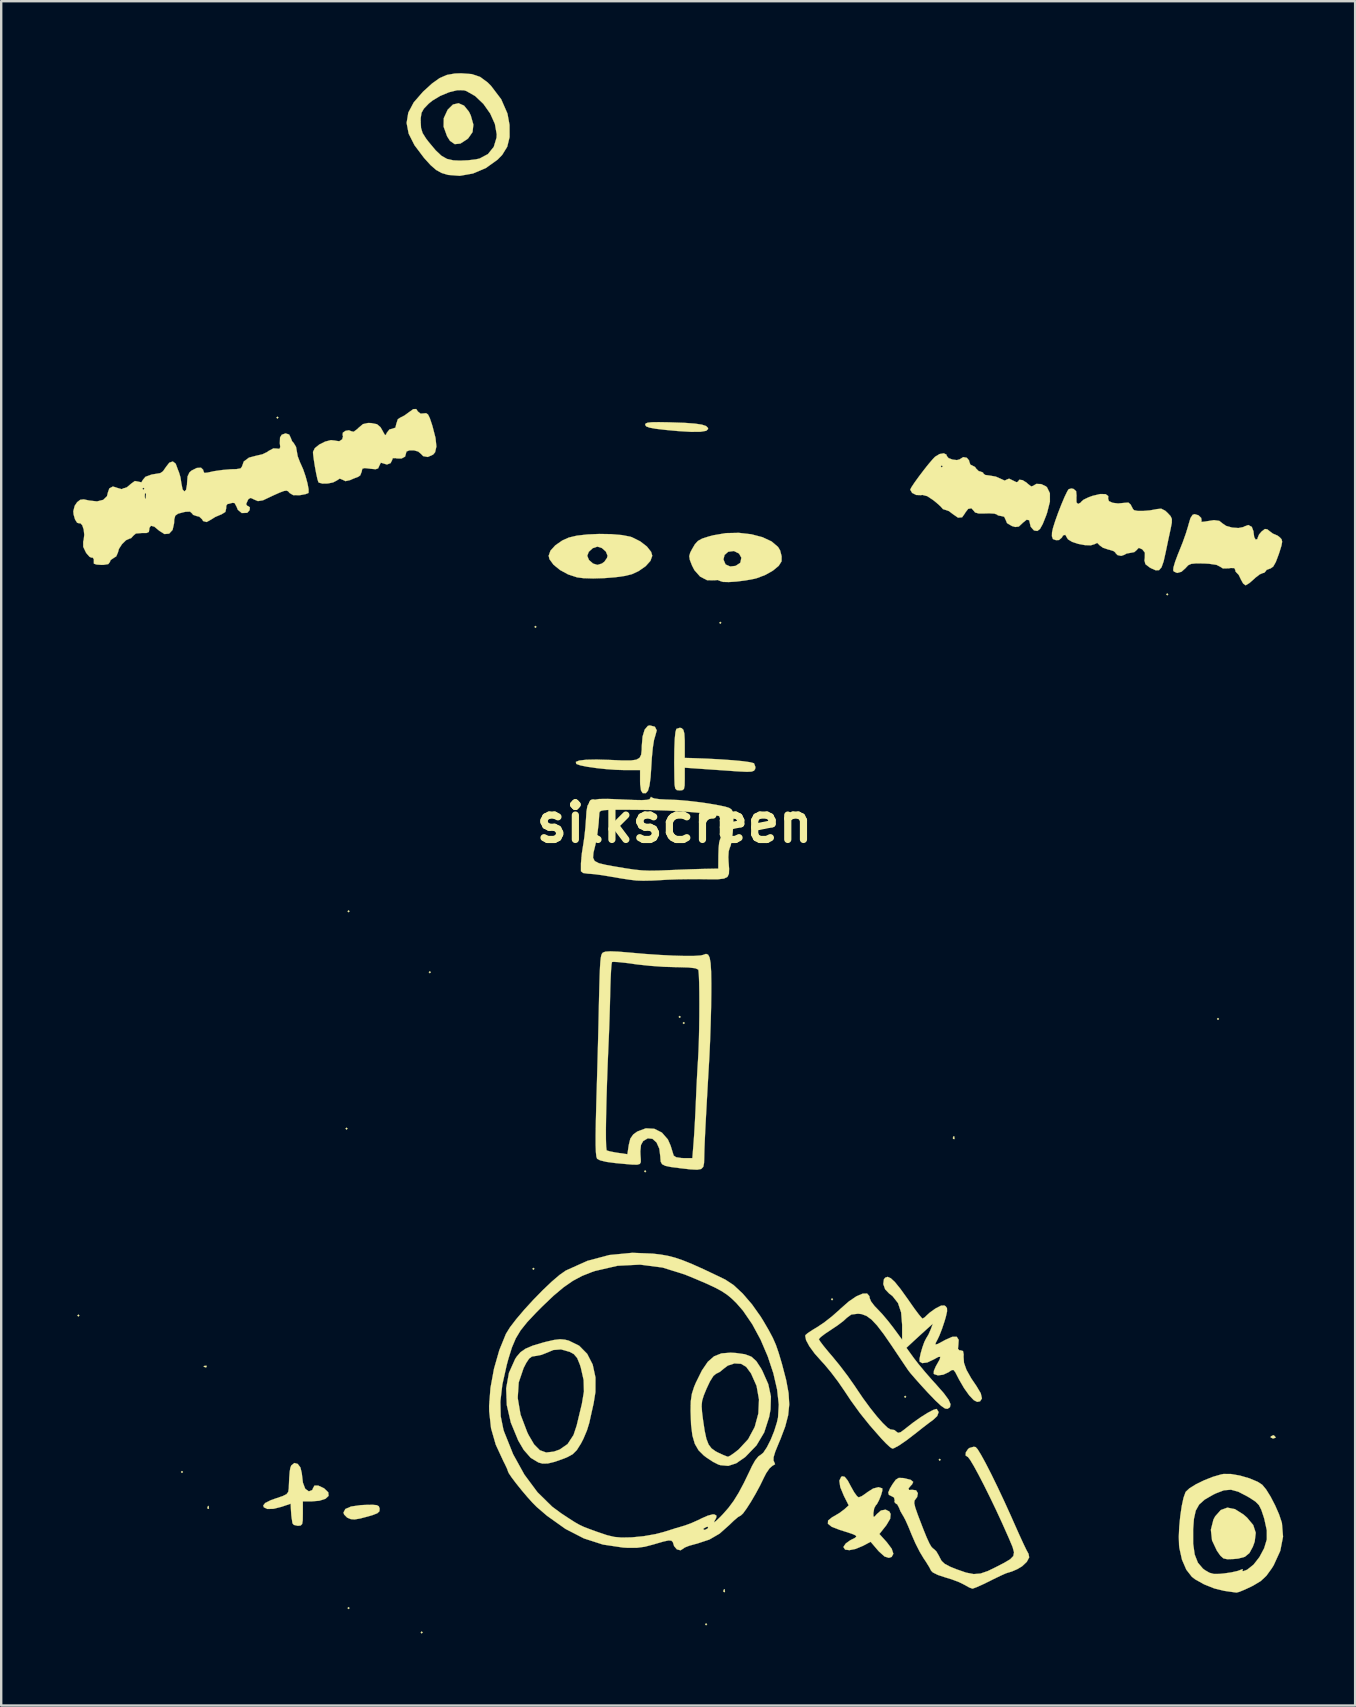
<source format=kicad_pcb>
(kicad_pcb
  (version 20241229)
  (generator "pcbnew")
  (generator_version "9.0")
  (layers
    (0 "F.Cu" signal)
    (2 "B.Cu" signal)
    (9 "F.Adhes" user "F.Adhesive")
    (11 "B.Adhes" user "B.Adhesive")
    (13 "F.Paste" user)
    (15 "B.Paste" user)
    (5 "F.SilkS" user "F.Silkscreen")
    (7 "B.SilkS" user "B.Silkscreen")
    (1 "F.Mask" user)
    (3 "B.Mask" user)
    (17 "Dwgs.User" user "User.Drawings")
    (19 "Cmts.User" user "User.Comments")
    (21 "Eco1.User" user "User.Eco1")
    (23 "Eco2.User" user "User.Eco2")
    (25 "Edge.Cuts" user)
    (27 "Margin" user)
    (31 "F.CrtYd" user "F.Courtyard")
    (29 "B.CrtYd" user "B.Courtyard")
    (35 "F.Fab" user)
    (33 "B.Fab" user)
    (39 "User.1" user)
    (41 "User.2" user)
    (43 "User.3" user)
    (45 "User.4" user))
  (footprint "silkscreen"
    (layer "F.Cu")
    (at 48.276 60.947)
    (property "Reference" "silkscreen" (at -23.21 -29.7 0) (layer "F.SilkS") (effects (font (size 1.524 1.524) (thickness 0.3))))
    (attr through_hole)
    (fp_poly (pts (xy -48.017 -9.168) (xy -48.06 -9.126) (xy -48.102 -9.168) (xy -48.06 -9.211) (xy -48.017 -9.168)) (stroke (width 0.01) (type solid)) (fill yes) (layer "F.SilkS"))
    (fp_poly (pts (xy -43.699 -2.649) (xy -43.742 -2.607) (xy -43.784 -2.649) (xy -43.742 -2.691) (xy -43.699 -2.649)) (stroke (width 0.01) (type solid)) (fill yes) (layer "F.SilkS"))
    (fp_poly (pts (xy -39.72 -46.591) (xy -39.762 -46.549) (xy -39.805 -46.591) (xy -39.762 -46.633) (xy -39.72 -46.591)) (stroke (width 0.01) (type solid)) (fill yes) (layer "F.SilkS"))
    (fp_poly (pts (xy -36.841 -16.958) (xy -36.884 -16.915) (xy -36.926 -16.958) (xy -36.884 -17) (xy -36.841 -16.958)) (stroke (width 0.01) (type solid)) (fill yes) (layer "F.SilkS"))
    (fp_poly (pts (xy -36.757 -26.017) (xy -36.799 -25.975) (xy -36.841 -26.017) (xy -36.799 -26.059) (xy -36.757 -26.017)) (stroke (width 0.01) (type solid)) (fill yes) (layer "F.SilkS"))
    (fp_poly (pts (xy -36.757 3.024) (xy -36.799 3.066) (xy -36.841 3.024) (xy -36.799 2.981) (xy -36.757 3.024)) (stroke (width 0.01) (type solid)) (fill yes) (layer "F.SilkS"))
    (fp_poly (pts (xy -33.709 4.04) (xy -33.751 4.082) (xy -33.793 4.04) (xy -33.751 3.997) (xy -33.709 4.04)) (stroke (width 0.01) (type solid)) (fill yes) (layer "F.SilkS"))
    (fp_poly (pts (xy -33.37 -23.477) (xy -33.412 -23.435) (xy -33.455 -23.477) (xy -33.412 -23.519) (xy -33.37 -23.477)) (stroke (width 0.01) (type solid)) (fill yes) (layer "F.SilkS"))
    (fp_poly (pts (xy -29.052 -11.116) (xy -29.094 -11.073) (xy -29.137 -11.116) (xy -29.094 -11.158) (xy -29.052 -11.116)) (stroke (width 0.01) (type solid)) (fill yes) (layer "F.SilkS"))
    (fp_poly (pts (xy -28.967 -37.87) (xy -29.01 -37.828) (xy -29.052 -37.87) (xy -29.01 -37.913) (xy -28.967 -37.87)) (stroke (width 0.01) (type solid)) (fill yes) (layer "F.SilkS"))
    (fp_poly (pts (xy -24.395 -15.18) (xy -24.438 -15.137) (xy -24.48 -15.18) (xy -24.438 -15.222) (xy -24.395 -15.18)) (stroke (width 0.01) (type solid)) (fill yes) (layer "F.SilkS"))
    (fp_poly (pts (xy -22.956 -21.614) (xy -22.998 -21.572) (xy -23.041 -21.614) (xy -22.998 -21.657) (xy -22.956 -21.614)) (stroke (width 0.01) (type solid)) (fill yes) (layer "F.SilkS"))
    (fp_poly (pts (xy -22.787 -21.36) (xy -22.829 -21.318) (xy -22.871 -21.36) (xy -22.829 -21.403) (xy -22.787 -21.36)) (stroke (width 0.01) (type solid)) (fill yes) (layer "F.SilkS"))
    (fp_poly (pts (xy -21.855 3.701) (xy -21.898 3.743) (xy -21.94 3.701) (xy -21.898 3.659) (xy -21.855 3.701)) (stroke (width 0.01) (type solid)) (fill yes) (layer "F.SilkS"))
    (fp_poly (pts (xy -21.263 -38.04) (xy -21.305 -37.997) (xy -21.347 -38.04) (xy -21.305 -38.082) (xy -21.263 -38.04)) (stroke (width 0.01) (type solid)) (fill yes) (layer "F.SilkS"))
    (fp_poly (pts (xy -16.606 -9.846) (xy -16.648 -9.803) (xy -16.691 -9.846) (xy -16.648 -9.888) (xy -16.606 -9.846)) (stroke (width 0.01) (type solid)) (fill yes) (layer "F.SilkS"))
    (fp_poly (pts (xy -13.558 -5.782) (xy -13.6 -5.739) (xy -13.643 -5.782) (xy -13.6 -5.824) (xy -13.558 -5.782)) (stroke (width 0.01) (type solid)) (fill yes) (layer "F.SilkS"))
    (fp_poly (pts (xy -12.119 -3.157) (xy -12.161 -3.115) (xy -12.203 -3.157) (xy -12.161 -3.199) (xy -12.119 -3.157)) (stroke (width 0.01) (type solid)) (fill yes) (layer "F.SilkS"))
    (fp_poly (pts (xy -2.636 -39.225) (xy -2.678 -39.183) (xy -2.721 -39.225) (xy -2.678 -39.267) (xy -2.636 -39.225)) (stroke (width 0.01) (type solid)) (fill yes) (layer "F.SilkS"))
    (fp_poly (pts (xy -0.519 -21.53) (xy -0.562 -21.487) (xy -0.604 -21.53) (xy -0.562 -21.572) (xy -0.519 -21.53)) (stroke (width 0.01) (type solid)) (fill yes) (layer "F.SilkS"))
    (fp_poly (pts (xy -42.712 -7.066) (xy -42.723 -7.015) (xy -42.768 -7.009) (xy -42.838 -7.04) (xy -42.824 -7.066) (xy -42.724 -7.076) (xy -42.712 -7.066)) (stroke (width 0.01) (type solid)) (fill yes) (layer "F.SilkS"))
    (fp_poly (pts (xy -42.627 -1.224) (xy -42.617 -1.123) (xy -42.627 -1.111) (xy -42.677 -1.123) (xy -42.683 -1.167) (xy -42.652 -1.237) (xy -42.627 -1.224)) (stroke (width 0.01) (type solid)) (fill yes) (layer "F.SilkS"))
    (fp_poly (pts (xy -21.122 2.248) (xy -21.111 2.348) (xy -21.122 2.36) (xy -21.172 2.349) (xy -21.178 2.304) (xy -21.147 2.234) (xy -21.122 2.248)) (stroke (width 0.01) (type solid)) (fill yes) (layer "F.SilkS"))
    (fp_poly (pts (xy -11.554 -16.633) (xy -11.544 -16.533) (xy -11.554 -16.52) (xy -11.605 -16.532) (xy -11.611 -16.577) (xy -11.58 -16.646) (xy -11.554 -16.633)) (stroke (width 0.01) (type solid)) (fill yes) (layer "F.SilkS"))
    (fp_poly (pts (xy 1.773 -4.169) (xy 1.848 -4.088) (xy 1.762 -4.048) (xy 1.719 -4.046) (xy 1.632 -4.088) (xy 1.641 -4.132) (xy 1.742 -4.181) (xy 1.773 -4.169)) (stroke (width 0.01) (type solid)) (fill yes) (layer "F.SilkS"))
    (fp_poly (pts (xy -31.985 -59.594) (xy -31.782 -59.343) (xy -31.706 -59.188) (xy -31.597 -58.803) (xy -31.631 -58.493) (xy -31.81 -58.235) (xy -31.852 -58.198) (xy -32.137 -58.014) (xy -32.372 -57.989) (xy -32.57 -58.125) (xy -32.691 -58.314) (xy -32.837 -58.715) (xy -32.831 -59.071) (xy -32.672 -59.416) (xy -32.665 -59.427) (xy -32.447 -59.641) (xy -32.214 -59.695) (xy -31.985 -59.594)) (stroke (width 0.01) (type solid)) (fill yes) (layer "F.SilkS"))
    (fp_poly (pts (xy -35.621 -1.265) (xy -35.537 -1.218) (xy -35.505 -1.128) (xy -35.504 -1.116) (xy -35.513 -1.009) (xy -35.6 -0.928) (xy -35.8 -0.85) (xy -35.975 -0.799) (xy -36.316 -0.709) (xy -36.543 -0.671) (xy -36.703 -0.682) (xy -36.841 -0.739) (xy -36.862 -0.751) (xy -36.985 -0.876) (xy -37.011 -0.957) (xy -36.932 -1.106) (xy -36.695 -1.209) (xy -36.297 -1.266) (xy -36.101 -1.276) (xy -35.796 -1.281) (xy -35.621 -1.265)) (stroke (width 0.01) (type solid)) (fill yes) (layer "F.SilkS"))
    (fp_poly (pts (xy 0.144 -1.1) (xy 0.503 -0.873) (xy 0.645 -0.749) (xy 0.906 -0.436) (xy 1.011 -0.114) (xy 0.967 0.253) (xy 0.891 0.465) (xy 0.747 0.731) (xy 0.558 0.886) (xy 0.277 0.962) (xy 0.08 0.98) (xy -0.179 0.988) (xy -0.338 0.952) (xy -0.464 0.838) (xy -0.607 0.635) (xy -0.811 0.204) (xy -0.86 -0.24) (xy -0.753 -0.664) (xy -0.682 -0.798) (xy -0.447 -1.062) (xy -0.172 -1.163) (xy 0.144 -1.1)) (stroke (width 0.01) (type solid)) (fill yes) (layer "F.SilkS"))
    (fp_poly (pts (xy -23.443 -46.396) (xy -23.359 -46.393) (xy -22.785 -46.373) (xy -22.362 -46.342) (xy -22.073 -46.299) (xy -21.898 -46.241) (xy -21.821 -46.163) (xy -21.813 -46.119) (xy -21.891 -46.042) (xy -22.126 -46.002) (xy -22.521 -45.998) (xy -23.077 -46.032) (xy -23.591 -46.08) (xy -23.995 -46.127) (xy -24.254 -46.174) (xy -24.393 -46.226) (xy -24.437 -46.29) (xy -24.438 -46.295) (xy -24.415 -46.347) (xy -24.33 -46.381) (xy -24.156 -46.399) (xy -23.869 -46.403) (xy -23.443 -46.396)) (stroke (width 0.01) (type solid)) (fill yes) (layer "F.SilkS"))
    (fp_poly (pts (xy -22.919 -33.651) (xy -22.846 -33.582) (xy -22.804 -33.425) (xy -22.788 -33.144) (xy -22.787 -33.005) (xy -22.787 -32.409) (xy -22.512 -32.402) (xy -21.879 -32.379) (xy -21.296 -32.348) (xy -20.785 -32.312) (xy -20.369 -32.273) (xy -20.07 -32.231) (xy -19.913 -32.19) (xy -19.899 -32.181) (xy -19.841 -32.026) (xy -19.855 -31.942) (xy -19.903 -31.874) (xy -20.005 -31.838) (xy -20.196 -31.829) (xy -20.512 -31.844) (xy -20.628 -31.851) (xy -21.09 -31.884) (xy -21.609 -31.919) (xy -22.067 -31.951) (xy -22.787 -32.001) (xy -22.787 -31.528) (xy -22.792 -31.259) (xy -22.82 -31.117) (xy -22.889 -31.063) (xy -22.998 -31.055) (xy -23.118 -31.067) (xy -23.182 -31.129) (xy -23.21 -31.284) (xy -23.219 -31.541) (xy -23.227 -32.213) (xy -23.221 -32.77) (xy -23.204 -33.199) (xy -23.175 -33.486) (xy -23.136 -33.618) (xy -23.134 -33.619) (xy -22.993 -33.665) (xy -22.919 -33.651)) (stroke (width 0.01) (type solid)) (fill yes) (layer "F.SilkS"))
    (fp_poly (pts (xy -24.032 -33.709) (xy -23.954 -33.558) (xy -24.012 -33.345) (xy -24.068 -33.157) (xy -24.118 -32.835) (xy -24.159 -32.414) (xy -24.177 -32.112) (xy -24.21 -31.609) (xy -24.256 -31.259) (xy -24.32 -31.042) (xy -24.408 -30.941) (xy -24.526 -30.939) (xy -24.544 -30.945) (xy -24.612 -31.055) (xy -24.646 -31.31) (xy -24.649 -31.443) (xy -24.649 -31.901) (xy -25.281 -31.901) (xy -25.659 -31.913) (xy -26.073 -31.943) (xy -26.483 -31.987) (xy -26.849 -32.04) (xy -27.133 -32.097) (xy -27.295 -32.153) (xy -27.309 -32.163) (xy -27.326 -32.243) (xy -27.183 -32.3) (xy -26.892 -32.333) (xy -26.46 -32.342) (xy -25.897 -32.325) (xy -25.877 -32.324) (xy -25.384 -32.302) (xy -25.036 -32.302) (xy -24.806 -32.335) (xy -24.67 -32.412) (xy -24.604 -32.543) (xy -24.581 -32.742) (xy -24.578 -32.904) (xy -24.545 -33.3) (xy -24.458 -33.588) (xy -24.326 -33.743) (xy -24.245 -33.764) (xy -24.032 -33.709)) (stroke (width 0.01) (type solid)) (fill yes) (layer "F.SilkS"))
    (fp_poly (pts (xy -25.855 -41.735) (xy -25.406 -41.697) (xy -25.059 -41.63) (xy -24.989 -41.607) (xy -24.644 -41.435) (xy -24.366 -41.221) (xy -24.188 -40.996) (xy -24.141 -40.834) (xy -24.217 -40.621) (xy -24.42 -40.397) (xy -24.716 -40.192) (xy -24.989 -40.066) (xy -25.279 -39.994) (xy -25.682 -39.938) (xy -26.142 -39.902) (xy -26.603 -39.888) (xy -27.009 -39.9) (xy -27.274 -39.934) (xy -27.647 -40.056) (xy -27.987 -40.241) (xy -28.258 -40.462) (xy -28.425 -40.691) (xy -28.459 -40.834) (xy -26.851 -40.834) (xy -26.779 -40.658) (xy -26.612 -40.511) (xy -26.427 -40.453) (xy -26.241 -40.51) (xy -26.137 -40.586) (xy -26.029 -40.742) (xy -26.004 -40.834) (xy -26.075 -41.009) (xy -26.243 -41.157) (xy -26.427 -41.215) (xy -26.622 -41.15) (xy -26.786 -41) (xy -26.851 -40.834) (xy -28.459 -40.834) (xy -28.384 -41.046) (xy -28.182 -41.269) (xy -27.891 -41.471) (xy -27.619 -41.593) (xy -27.286 -41.672) (xy -26.846 -41.722) (xy -26.352 -41.743) (xy -25.855 -41.735)) (stroke (width 0.01) (type solid)) (fill yes) (layer "F.SilkS"))
    (fp_poly (pts (xy -20.013 -41.73) (xy -19.547 -41.608) (xy -19.165 -41.429) (xy -18.898 -41.201) (xy -18.813 -41.059) (xy -18.75 -40.816) (xy -18.752 -40.603) (xy -18.752 -40.602) (xy -18.871 -40.414) (xy -19.111 -40.216) (xy -19.428 -40.036) (xy -19.778 -39.902) (xy -19.893 -39.872) (xy -20.262 -39.805) (xy -20.628 -39.759) (xy -20.951 -39.738) (xy -21.191 -39.744) (xy -21.307 -39.779) (xy -21.309 -39.782) (xy -21.418 -39.824) (xy -21.557 -39.811) (xy -21.858 -39.816) (xy -22.147 -39.966) (xy -22.386 -40.236) (xy -22.482 -40.422) (xy -22.575 -40.662) (xy -22.578 -40.681) (xy -21.175 -40.681) (xy -21.092 -40.486) (xy -21.073 -40.466) (xy -20.89 -40.387) (xy -20.668 -40.413) (xy -20.488 -40.53) (xy -20.467 -40.559) (xy -20.428 -40.753) (xy -20.525 -40.926) (xy -20.727 -41.027) (xy -20.747 -41.031) (xy -20.975 -41.001) (xy -21.127 -40.868) (xy -21.175 -40.681) (xy -22.578 -40.681) (xy -22.6 -40.818) (xy -22.56 -40.962) (xy -22.489 -41.1) (xy -22.365 -41.312) (xy -22.238 -41.452) (xy -22.062 -41.55) (xy -21.791 -41.637) (xy -21.597 -41.688) (xy -21.07 -41.778) (xy -20.531 -41.789) (xy -20.013 -41.73)) (stroke (width 0.01) (type solid)) (fill yes) (layer "F.SilkS"))
    (fp_poly (pts (xy -38.919 -2.985) (xy -38.805 -2.836) (xy -38.749 -2.603) (xy -38.748 -2.593) (xy -38.701 -2.203) (xy -38.605 -1.949) (xy -38.464 -1.846) (xy -38.441 -1.845) (xy -38.309 -1.9) (xy -38.281 -1.972) (xy -38.22 -2.08) (xy -38.061 -2.081) (xy -37.833 -1.975) (xy -37.812 -1.962) (xy -37.644 -1.8) (xy -37.631 -1.652) (xy -37.761 -1.531) (xy -38.018 -1.449) (xy -38.371 -1.421) (xy -38.704 -1.421) (xy -38.704 -0.913) (xy -38.708 -0.632) (xy -38.733 -0.48) (xy -38.794 -0.418) (xy -38.908 -0.405) (xy -38.916 -0.405) (xy -39.079 -0.442) (xy -39.137 -0.511) (xy -39.161 -0.678) (xy -39.167 -0.702) (xy -39.184 -0.841) (xy -39.199 -1.056) (xy -39.199 -1.056) (xy -39.212 -1.326) (xy -39.589 -1.198) (xy -39.925 -1.113) (xy -40.181 -1.106) (xy -40.33 -1.176) (xy -40.355 -1.252) (xy -40.274 -1.355) (xy -40.039 -1.473) (xy -39.827 -1.548) (xy -39.543 -1.644) (xy -39.384 -1.724) (xy -39.313 -1.819) (xy -39.291 -1.963) (xy -39.289 -2.014) (xy -39.272 -2.405) (xy -39.252 -2.662) (xy -39.225 -2.821) (xy -39.187 -2.918) (xy -39.183 -2.924) (xy -39.057 -3.023) (xy -38.919 -2.985)) (stroke (width 0.01) (type solid)) (fill yes) (layer "F.SilkS"))
    (fp_poly (pts (xy -31.662 -60.909) (xy -31.316 -60.792) (xy -31.006 -60.564) (xy -30.862 -60.42) (xy -30.437 -59.86) (xy -30.177 -59.266) (xy -30.09 -58.792) (xy -30.088 -58.284) (xy -30.186 -57.881) (xy -30.397 -57.539) (xy -30.592 -57.34) (xy -31.076 -56.994) (xy -31.613 -56.766) (xy -32.163 -56.669) (xy -32.65 -56.707) (xy -32.92 -56.787) (xy -33.148 -56.913) (xy -33.381 -57.116) (xy -33.654 -57.418) (xy -34.052 -57.947) (xy -34.294 -58.427) (xy -34.38 -58.874) (xy -34.37 -58.931) (xy -33.793 -58.931) (xy -33.778 -58.664) (xy -33.713 -58.452) (xy -33.571 -58.225) (xy -33.462 -58.083) (xy -33.171 -57.735) (xy -32.929 -57.506) (xy -32.696 -57.374) (xy -32.431 -57.314) (xy -32.152 -57.302) (xy -31.815 -57.317) (xy -31.498 -57.355) (xy -31.338 -57.39) (xy -30.99 -57.575) (xy -30.747 -57.876) (xy -30.631 -58.26) (xy -30.624 -58.401) (xy -30.7 -58.831) (xy -30.896 -59.267) (xy -31.18 -59.668) (xy -31.523 -59.994) (xy -31.892 -60.204) (xy -31.993 -60.235) (xy -32.266 -60.238) (xy -32.613 -60.152) (xy -32.98 -59.999) (xy -33.313 -59.798) (xy -33.462 -59.675) (xy -33.659 -59.47) (xy -33.757 -59.297) (xy -33.791 -59.079) (xy -33.793 -58.931) (xy -34.37 -58.931) (xy -34.309 -59.303) (xy -34.083 -59.729) (xy -33.7 -60.168) (xy -33.69 -60.179) (xy -33.318 -60.518) (xy -33.002 -60.743) (xy -32.701 -60.874) (xy -32.368 -60.933) (xy -32.104 -60.942) (xy -31.662 -60.909)) (stroke (width 0.01) (type solid)) (fill yes) (layer "F.SilkS"))
    (fp_poly (pts (xy -16.12 -2.447) (xy -15.997 -2.296) (xy -15.867 -2.054) (xy -15.731 -1.81) (xy -15.608 -1.641) (xy -15.537 -1.591) (xy -15.409 -1.641) (xy -15.225 -1.767) (xy -15.182 -1.802) (xy -14.937 -1.958) (xy -14.71 -2.016) (xy -14.553 -1.965) (xy -14.553 -1.865) (xy -14.607 -1.679) (xy -14.691 -1.471) (xy -14.78 -1.306) (xy -14.829 -1.252) (xy -14.891 -1.137) (xy -14.925 -0.938) (xy -14.922 -0.789) (xy -14.876 -0.787) (xy -14.781 -0.894) (xy -14.609 -1.043) (xy -14.417 -1.079) (xy -14.261 -1.002) (xy -14.207 -0.899) (xy -14.226 -0.698) (xy -14.381 -0.436) (xy -14.417 -0.389) (xy -14.675 -0.063) (xy -14.366 0.279) (xy -14.161 0.552) (xy -14.093 0.76) (xy -14.163 0.892) (xy -14.279 0.931) (xy -14.459 0.875) (xy -14.692 0.667) (xy -14.743 0.609) (xy -15.04 0.262) (xy -15.375 0.437) (xy -15.671 0.56) (xy -15.925 0.61) (xy -16.102 0.588) (xy -16.169 0.491) (xy -16.167 0.463) (xy -16.077 0.332) (xy -15.89 0.198) (xy -15.843 0.174) (xy -15.698 0.101) (xy -15.635 0.046) (xy -15.669 -0.007) (xy -15.82 -0.072) (xy -16.105 -0.165) (xy -16.332 -0.236) (xy -16.661 -0.363) (xy -16.821 -0.492) (xy -16.814 -0.625) (xy -16.641 -0.764) (xy -16.59 -0.791) (xy -16.346 -0.935) (xy -16.139 -1.089) (xy -16.132 -1.095) (xy -15.954 -1.257) (xy -16.153 -1.65) (xy -16.305 -2.016) (xy -16.344 -2.285) (xy -16.268 -2.444) (xy -16.223 -2.469) (xy -16.12 -2.447)) (stroke (width 0.01) (type solid)) (fill yes) (layer "F.SilkS"))
    (fp_poly (pts (xy -20.656 -7.608) (xy -20.279 -7.555) (xy -20.012 -7.454) (xy -19.807 -7.271) (xy -19.611 -6.972) (xy -19.55 -6.859) (xy -19.306 -6.308) (xy -19.196 -5.793) (xy -19.212 -5.256) (xy -19.268 -4.944) (xy -19.476 -4.297) (xy -19.798 -3.756) (xy -20.255 -3.282) (xy -20.28 -3.261) (xy -20.645 -3.009) (xy -20.974 -2.903) (xy -21.302 -2.932) (xy -21.39 -2.96) (xy -21.606 -3.069) (xy -21.869 -3.241) (xy -21.998 -3.339) (xy -22.214 -3.555) (xy -22.368 -3.822) (xy -22.468 -4.167) (xy -22.524 -4.621) (xy -22.544 -5.195) (xy -22.54 -5.41) (xy -22.084 -5.41) (xy -22.067 -5.151) (xy -22.029 -4.845) (xy -21.958 -4.369) (xy -21.885 -4.03) (xy -21.794 -3.795) (xy -21.672 -3.633) (xy -21.503 -3.511) (xy -21.405 -3.459) (xy -21.179 -3.355) (xy -21.018 -3.292) (xy -20.981 -3.284) (xy -20.881 -3.334) (xy -20.699 -3.462) (xy -20.538 -3.589) (xy -20.146 -4.012) (xy -19.872 -4.523) (xy -19.72 -5.085) (xy -19.693 -5.668) (xy -19.794 -6.236) (xy -20.025 -6.756) (xy -20.227 -7.03) (xy -20.44 -7.157) (xy -20.716 -7.173) (xy -20.992 -7.082) (xy -21.137 -6.974) (xy -21.319 -6.824) (xy -21.479 -6.742) (xy -21.485 -6.741) (xy -21.595 -6.648) (xy -21.736 -6.424) (xy -21.875 -6.13) (xy -21.996 -5.836) (xy -22.063 -5.617) (xy -22.084 -5.41) (xy -22.54 -5.41) (xy -22.536 -5.595) (xy -22.491 -5.904) (xy -22.397 -6.198) (xy -22.322 -6.374) (xy -22.071 -6.881) (xy -21.827 -7.24) (xy -21.564 -7.47) (xy -21.257 -7.591) (xy -20.881 -7.621) (xy -20.656 -7.608)) (stroke (width 0.01) (type solid)) (fill yes) (layer "F.SilkS"))
    (fp_poly (pts (xy -27.782 -8.163) (xy -27.619 -8.122) (xy -27.187 -7.91) (xy -26.854 -7.573) (xy -26.625 -7.127) (xy -26.508 -6.589) (xy -26.51 -5.977) (xy -26.585 -5.51) (xy -26.664 -5.158) (xy -26.747 -4.784) (xy -26.766 -4.696) (xy -26.862 -4.384) (xy -27.011 -4.031) (xy -27.111 -3.837) (xy -27.285 -3.561) (xy -27.459 -3.388) (xy -27.695 -3.26) (xy -27.806 -3.215) (xy -28.204 -3.073) (xy -28.493 -3.003) (xy -28.714 -2.998) (xy -28.883 -3.043) (xy -29.208 -3.239) (xy -29.5 -3.571) (xy -29.728 -3.961) (xy -30.036 -4.707) (xy -30.204 -5.437) (xy -30.215 -5.734) (xy -29.749 -5.734) (xy -29.631 -5.04) (xy -29.351 -4.303) (xy -29.296 -4.19) (xy -29.064 -3.795) (xy -28.828 -3.556) (xy -28.563 -3.46) (xy -28.244 -3.497) (xy -28.001 -3.583) (xy -27.67 -3.812) (xy -27.424 -4.187) (xy -27.292 -4.583) (xy -27.226 -4.859) (xy -27.141 -5.212) (xy -27.075 -5.485) (xy -26.989 -6.002) (xy -27.002 -6.482) (xy -27.119 -7) (xy -27.158 -7.123) (xy -27.271 -7.398) (xy -27.41 -7.561) (xy -27.577 -7.653) (xy -27.946 -7.758) (xy -28.27 -7.731) (xy -28.502 -7.631) (xy -28.761 -7.529) (xy -29.007 -7.483) (xy -29.155 -7.46) (xy -29.272 -7.376) (xy -29.391 -7.198) (xy -29.504 -6.979) (xy -29.707 -6.381) (xy -29.749 -5.734) (xy -30.215 -5.734) (xy -30.23 -6.134) (xy -30.114 -6.78) (xy -29.857 -7.355) (xy -29.792 -7.455) (xy -29.634 -7.639) (xy -29.423 -7.786) (xy -29.124 -7.914) (xy -28.701 -8.04) (xy -28.575 -8.073) (xy -28.231 -8.152) (xy -27.987 -8.181) (xy -27.782 -8.163)) (stroke (width 0.01) (type solid)) (fill yes) (layer "F.SilkS"))
    (fp_poly (pts (xy -1.377 -42.521) (xy -1.263 -42.412) (xy -1.246 -42.297) (xy -1.261 -42.275) (xy -1.236 -42.245) (xy -1.09 -42.261) (xy -1.07 -42.266) (xy -0.73 -42.319) (xy -0.507 -42.288) (xy -0.379 -42.185) (xy -0.221 -42.078) (xy 0.027 -42.009) (xy 0.289 -41.99) (xy 0.493 -42.03) (xy 0.527 -42.052) (xy 0.701 -42.116) (xy 0.846 -42.039) (xy 0.918 -41.848) (xy 0.92 -41.803) (xy 0.947 -41.611) (xy 1.005 -41.511) (xy 1.079 -41.528) (xy 1.089 -41.578) (xy 1.148 -41.72) (xy 1.259 -41.85) (xy 1.394 -41.951) (xy 1.496 -41.934) (xy 1.583 -41.863) (xy 1.729 -41.755) (xy 1.809 -41.723) (xy 1.923 -41.672) (xy 2.02 -41.596) (xy 2.09 -41.517) (xy 2.111 -41.418) (xy 2.082 -41.255) (xy 1.999 -40.987) (xy 1.969 -40.897) (xy 1.847 -40.573) (xy 1.74 -40.385) (xy 1.629 -40.305) (xy 1.603 -40.299) (xy 1.462 -40.245) (xy 1.428 -40.193) (xy 1.36 -40.122) (xy 1.308 -40.114) (xy 1.176 -40.058) (xy 0.994 -39.918) (xy 0.933 -39.86) (xy 0.753 -39.702) (xy 0.611 -39.613) (xy 0.58 -39.606) (xy 0.486 -39.677) (xy 0.39 -39.849) (xy 0.386 -39.86) (xy 0.302 -40.035) (xy 0.227 -40.114) (xy 0.224 -40.114) (xy 0.165 -40.183) (xy 0.158 -40.239) (xy 0.116 -40.32) (xy -0.035 -40.324) (xy -0.109 -40.31) (xy -0.357 -40.305) (xy -0.469 -40.376) (xy -0.625 -40.455) (xy -0.943 -40.502) (xy -1.158 -40.513) (xy -1.477 -40.517) (xy -1.675 -40.497) (xy -1.8 -40.442) (xy -1.897 -40.34) (xy -1.911 -40.322) (xy -2.084 -40.168) (xy -2.265 -40.117) (xy -2.403 -40.178) (xy -2.43 -40.226) (xy -2.418 -40.351) (xy -2.349 -40.586) (xy -2.236 -40.889) (xy -2.187 -41.009) (xy -2.036 -41.386) (xy -1.9 -41.769) (xy -1.804 -42.083) (xy -1.794 -42.125) (xy -1.711 -42.403) (xy -1.621 -42.541) (xy -1.537 -42.569) (xy -1.377 -42.521)) (stroke (width 0.01) (type solid)) (fill yes) (layer "F.SilkS"))
    (fp_poly (pts (xy -0.023 -2.564) (xy 0.357 -2.497) (xy 0.749 -2.383) (xy 1.089 -2.24) (xy 1.28 -2.117) (xy 1.442 -1.922) (xy 1.631 -1.618) (xy 1.819 -1.255) (xy 1.982 -0.883) (xy 2.092 -0.554) (xy 2.102 -0.516) (xy 2.148 0.049) (xy 2.033 0.638) (xy 1.759 1.238) (xy 1.675 1.373) (xy 1.453 1.679) (xy 1.222 1.895) (xy 0.911 2.083) (xy 0.831 2.124) (xy 0.554 2.254) (xy 0.331 2.346) (xy 0.21 2.378) (xy 0.208 2.378) (xy 0.075 2.36) (xy -0.159 2.327) (xy -0.309 2.305) (xy -0.717 2.205) (xy -1.142 2.035) (xy -1.511 1.829) (xy -1.65 1.723) (xy -1.883 1.424) (xy -2.064 1.006) (xy -2.173 0.515) (xy -2.185 0.41) (xy -2.196 0.054) (xy -2.183 -0.258) (xy -1.599 -0.258) (xy -1.598 0.336) (xy -1.534 0.792) (xy -1.4 1.133) (xy -1.191 1.379) (xy -1.109 1.441) (xy -0.918 1.552) (xy -0.737 1.601) (xy -0.495 1.599) (xy -0.308 1.58) (xy -0.006 1.536) (xy 0.245 1.48) (xy 0.359 1.439) (xy 0.468 1.397) (xy 0.455 1.456) (xy 0.475 1.49) (xy 0.612 1.442) (xy 0.662 1.417) (xy 0.919 1.213) (xy 1.164 0.899) (xy 1.36 0.532) (xy 1.47 0.17) (xy 1.472 0.155) (xy 1.471 -0.218) (xy 1.368 -0.689) (xy 1.346 -0.763) (xy 1.244 -1.068) (xy 1.144 -1.266) (xy 1.001 -1.412) (xy 0.771 -1.564) (xy 0.659 -1.63) (xy 0.284 -1.825) (xy -0.021 -1.909) (xy -0.315 -1.885) (xy -0.654 -1.756) (xy -0.775 -1.696) (xy -1.117 -1.498) (xy -1.348 -1.292) (xy -1.49 -1.037) (xy -1.566 -0.693) (xy -1.599 -0.258) (xy -2.183 -0.258) (xy -2.178 -0.368) (xy -2.135 -0.811) (xy -2.074 -1.228) (xy -1.999 -1.575) (xy -1.917 -1.804) (xy -1.906 -1.824) (xy -1.751 -1.969) (xy -1.48 -2.137) (xy -1.139 -2.303) (xy -0.775 -2.447) (xy -0.437 -2.545) (xy -0.327 -2.566) (xy -0.023 -2.564)) (stroke (width 0.01) (type solid)) (fill yes) (layer "F.SilkS"))
    (fp_poly (pts (xy -6.579 -43.618) (xy -6.476 -43.527) (xy -6.458 -43.336) (xy -6.463 -43.277) (xy -6.461 -43.062) (xy -6.394 -42.993) (xy -6.274 -43.06) (xy -6.258 -43.091) (xy -6.165 -43.171) (xy -5.961 -43.269) (xy -5.792 -43.331) (xy -5.472 -43.407) (xy -5.246 -43.402) (xy -5.136 -43.322) (xy -5.142 -43.213) (xy -5.109 -43.112) (xy -4.954 -43.042) (xy -4.726 -43.014) (xy -4.488 -43.037) (xy -4.297 -43.051) (xy -4.2 -42.967) (xy -4.187 -42.936) (xy -4.106 -42.783) (xy -4.061 -42.734) (xy -3.921 -42.704) (xy -3.678 -42.702) (xy -3.397 -42.726) (xy -3.14 -42.773) (xy -3.121 -42.778) (xy -2.931 -42.797) (xy -2.764 -42.713) (xy -2.663 -42.62) (xy -2.54 -42.487) (xy -2.485 -42.368) (xy -2.488 -42.207) (xy -2.539 -41.944) (xy -2.546 -41.912) (xy -2.625 -41.548) (xy -2.704 -41.169) (xy -2.738 -41.003) (xy -2.828 -40.603) (xy -2.916 -40.353) (xy -3.02 -40.234) (xy -3.161 -40.228) (xy -3.357 -40.316) (xy -3.423 -40.355) (xy -3.587 -40.483) (xy -3.628 -40.637) (xy -3.614 -40.75) (xy -3.61 -40.964) (xy -3.715 -41.096) (xy -3.729 -41.106) (xy -3.864 -41.163) (xy -3.933 -41.097) (xy -3.938 -41.084) (xy -4.05 -40.987) (xy -4.183 -40.961) (xy -4.375 -40.926) (xy -4.468 -40.873) (xy -4.598 -40.829) (xy -4.75 -40.862) (xy -4.836 -40.95) (xy -4.837 -40.966) (xy -4.911 -41.027) (xy -5.093 -41.085) (xy -5.135 -41.093) (xy -5.355 -41.167) (xy -5.499 -41.271) (xy -5.508 -41.284) (xy -5.597 -41.371) (xy -5.704 -41.318) (xy -5.864 -41.269) (xy -6.112 -41.278) (xy -6.391 -41.33) (xy -6.644 -41.414) (xy -6.813 -41.517) (xy -6.85 -41.574) (xy -6.927 -41.708) (xy -7.021 -41.681) (xy -7.072 -41.59) (xy -7.19 -41.49) (xy -7.313 -41.484) (xy -7.442 -41.529) (xy -7.485 -41.649) (xy -7.48 -41.805) (xy -7.44 -41.99) (xy -7.35 -42.276) (xy -7.228 -42.618) (xy -7.091 -42.969) (xy -6.958 -43.285) (xy -6.845 -43.518) (xy -6.787 -43.609) (xy -6.669 -43.639) (xy -6.579 -43.618)) (stroke (width 0.01) (type solid)) (fill yes) (layer "F.SilkS"))
    (fp_poly (pts (xy -33.909 -46.846) (xy -33.795 -46.757) (xy -33.67 -46.767) (xy -33.566 -46.777) (xy -33.488 -46.723) (xy -33.413 -46.573) (xy -33.32 -46.296) (xy -33.302 -46.237) (xy -33.175 -45.747) (xy -33.138 -45.387) (xy -33.193 -45.147) (xy -33.275 -45.05) (xy -33.497 -44.951) (xy -33.691 -44.987) (xy -33.778 -45.079) (xy -33.897 -45.178) (xy -34.076 -45.229) (xy -34.258 -45.229) (xy -34.385 -45.178) (xy -34.407 -45.096) (xy -34.443 -44.967) (xy -34.588 -44.889) (xy -34.784 -44.888) (xy -34.84 -44.905) (xy -34.957 -44.901) (xy -34.979 -44.831) (xy -35.047 -44.695) (xy -35.2 -44.637) (xy -35.359 -44.685) (xy -35.36 -44.686) (xy -35.454 -44.713) (xy -35.514 -44.592) (xy -35.565 -44.477) (xy -35.67 -44.44) (xy -35.883 -44.46) (xy -35.905 -44.464) (xy -36.124 -44.489) (xy -36.223 -44.462) (xy -36.248 -44.366) (xy -36.249 -44.346) (xy -36.312 -44.184) (xy -36.397 -44.125) (xy -36.594 -44.05) (xy -36.733 -43.988) (xy -36.927 -43.944) (xy -37.041 -43.999) (xy -37.167 -44.051) (xy -37.292 -43.969) (xy -37.443 -43.891) (xy -37.665 -43.846) (xy -37.886 -43.842) (xy -38.036 -43.883) (xy -38.056 -43.903) (xy -38.096 -44.027) (xy -38.148 -44.264) (xy -38.202 -44.556) (xy -38.248 -44.848) (xy -38.277 -45.083) (xy -38.281 -45.163) (xy -38.206 -45.318) (xy -38.02 -45.469) (xy -37.777 -45.591) (xy -37.534 -45.654) (xy -37.346 -45.633) (xy -37.335 -45.627) (xy -37.187 -45.607) (xy -37.065 -45.686) (xy -37.029 -45.815) (xy -37.048 -45.863) (xy -37.037 -45.964) (xy -36.926 -46.041) (xy -36.782 -46.065) (xy -36.691 -46.026) (xy -36.587 -46.002) (xy -36.434 -46.115) (xy -36.388 -46.162) (xy -36.199 -46.321) (xy -35.986 -46.369) (xy -35.853 -46.364) (xy -35.615 -46.317) (xy -35.469 -46.195) (xy -35.391 -46.061) (xy -35.298 -45.891) (xy -35.246 -45.862) (xy -35.208 -45.955) (xy -35.095 -46.099) (xy -34.987 -46.125) (xy -34.847 -46.173) (xy -34.809 -46.331) (xy -34.747 -46.522) (xy -34.65 -46.588) (xy -34.469 -46.68) (xy -34.298 -46.805) (xy -34.103 -46.945) (xy -33.979 -46.95) (xy -33.909 -46.846)) (stroke (width 0.01) (type solid)) (fill yes) (layer "F.SilkS"))
    (fp_poly (pts (xy -11.88 -45.049) (xy -11.865 -44.992) (xy -11.793 -44.905) (xy -11.627 -44.843) (xy -11.443 -44.821) (xy -11.316 -44.857) (xy -11.306 -44.869) (xy -11.181 -44.946) (xy -11.031 -44.918) (xy -10.938 -44.808) (xy -10.933 -44.771) (xy -10.884 -44.633) (xy -10.815 -44.601) (xy -10.685 -44.533) (xy -10.649 -44.474) (xy -10.536 -44.362) (xy -10.47 -44.347) (xy -10.356 -44.302) (xy -10.341 -44.263) (xy -10.267 -44.203) (xy -10.089 -44.178) (xy -10.084 -44.178) (xy -9.823 -44.133) (xy -9.626 -44.046) (xy -9.453 -43.968) (xy -9.367 -44.009) (xy -9.269 -44.048) (xy -9.105 -43.969) (xy -8.962 -43.9) (xy -8.901 -43.921) (xy -8.901 -43.922) (xy -8.845 -44.003) (xy -8.708 -43.986) (xy -8.542 -43.883) (xy -8.49 -43.833) (xy -8.347 -43.724) (xy -8.27 -43.748) (xy -8.133 -43.83) (xy -7.931 -43.821) (xy -7.735 -43.729) (xy -7.687 -43.684) (xy -7.569 -43.44) (xy -7.568 -43.09) (xy -7.685 -42.627) (xy -7.726 -42.509) (xy -7.866 -42.158) (xy -7.982 -41.951) (xy -8.092 -41.867) (xy -8.214 -41.885) (xy -8.245 -41.901) (xy -8.369 -42.044) (xy -8.393 -42.145) (xy -8.432 -42.316) (xy -8.539 -42.336) (xy -8.703 -42.204) (xy -8.716 -42.189) (xy -8.864 -42.051) (xy -9.012 -42.033) (xy -9.152 -42.073) (xy -9.355 -42.194) (xy -9.409 -42.324) (xy -9.474 -42.46) (xy -9.574 -42.485) (xy -9.731 -42.516) (xy -9.781 -42.555) (xy -9.883 -42.59) (xy -10.097 -42.603) (xy -10.255 -42.598) (xy -10.537 -42.596) (xy -10.688 -42.639) (xy -10.734 -42.698) (xy -10.838 -42.813) (xy -10.973 -42.789) (xy -11.091 -42.639) (xy -11.103 -42.612) (xy -11.227 -42.437) (xy -11.398 -42.422) (xy -11.609 -42.568) (xy -11.611 -42.569) (xy -11.776 -42.695) (xy -11.9 -42.739) (xy -12.027 -42.778) (xy -12.048 -42.805) (xy -12.126 -42.892) (xy -12.294 -43.042) (xy -12.415 -43.141) (xy -12.68 -43.318) (xy -12.881 -43.37) (xy -12.945 -43.361) (xy -13.139 -43.367) (xy -13.311 -43.454) (xy -13.389 -43.586) (xy -13.389 -43.591) (xy -13.339 -43.691) (xy -13.21 -43.886) (xy -13.028 -44.137) (xy -12.822 -44.409) (xy -12.703 -44.559) (xy -12.119 -44.559) (xy -12.076 -44.517) (xy -12.034 -44.559) (xy -12.076 -44.601) (xy -12.119 -44.559) (xy -12.703 -44.559) (xy -12.619 -44.664) (xy -12.447 -44.865) (xy -12.354 -44.961) (xy -12.167 -45.074) (xy -11.991 -45.104) (xy -11.88 -45.049)) (stroke (width 0.01) (type solid)) (fill yes) (layer "F.SilkS"))
    (fp_poly (pts (xy -24.161 -30.758) (xy -24.053 -30.718) (xy -23.82 -30.687) (xy -23.508 -30.671) (xy -23.422 -30.67) (xy -23.042 -30.653) (xy -22.568 -30.61) (xy -22.073 -30.55) (xy -21.79 -30.507) (xy -21.376 -30.435) (xy -21.099 -30.377) (xy -20.93 -30.322) (xy -20.838 -30.26) (xy -20.794 -30.178) (xy -20.783 -30.141) (xy -20.761 -29.936) (xy -20.764 -29.641) (xy -20.786 -29.311) (xy -20.824 -28.999) (xy -20.872 -28.759) (xy -20.915 -28.652) (xy -20.956 -28.515) (xy -20.97 -28.274) (xy -20.962 -28.092) (xy -20.939 -27.789) (xy -20.946 -27.581) (xy -21.008 -27.45) (xy -21.151 -27.38) (xy -21.398 -27.352) (xy -21.776 -27.351) (xy -22.05 -27.355) (xy -22.536 -27.357) (xy -23.04 -27.35) (xy -23.493 -27.334) (xy -23.76 -27.318) (xy -24.143 -27.297) (xy -24.515 -27.29) (xy -24.801 -27.299) (xy -24.819 -27.301) (xy -25.094 -27.334) (xy -25.459 -27.39) (xy -25.839 -27.455) (xy -25.865 -27.46) (xy -26.224 -27.52) (xy -26.557 -27.564) (xy -26.797 -27.583) (xy -26.818 -27.583) (xy -27.023 -27.612) (xy -27.113 -27.685) (xy -27.113 -27.689) (xy -27.113 -28.016) (xy -27.092 -28.25) (xy -26.609 -28.25) (xy -26.542 -28.113) (xy -26.369 -28.021) (xy -26.068 -27.949) (xy -25.771 -27.895) (xy -25.27 -27.81) (xy -24.885 -27.753) (xy -24.563 -27.721) (xy -24.253 -27.708) (xy -23.905 -27.713) (xy -23.467 -27.731) (xy -23.456 -27.731) (xy -23.003 -27.75) (xy -22.537 -27.768) (xy -22.132 -27.78) (xy -21.975 -27.784) (xy -21.39 -27.795) (xy -21.385 -28.364) (xy -21.375 -28.66) (xy -21.352 -28.887) (xy -21.322 -28.992) (xy -21.277 -29.118) (xy -21.26 -29.337) (xy -21.267 -29.592) (xy -21.296 -29.821) (xy -21.343 -29.967) (xy -21.369 -29.989) (xy -21.726 -30.062) (xy -22.226 -30.126) (xy -22.84 -30.178) (xy -23.54 -30.217) (xy -24.299 -30.24) (xy -24.628 -30.244) (xy -25.207 -30.249) (xy -25.639 -30.249) (xy -25.945 -30.244) (xy -26.146 -30.23) (xy -26.266 -30.207) (xy -26.325 -30.172) (xy -26.346 -30.123) (xy -26.349 -30.085) (xy -26.375 -29.697) (xy -26.423 -29.282) (xy -26.482 -28.918) (xy -26.516 -28.769) (xy -26.592 -28.46) (xy -26.609 -28.25) (xy -27.092 -28.25) (xy -27.076 -28.428) (xy -27.016 -28.811) (xy -26.97 -29.12) (xy -26.928 -29.51) (xy -26.903 -29.863) (xy -26.883 -30.181) (xy -26.842 -30.411) (xy -26.757 -30.565) (xy -26.604 -30.656) (xy -26.358 -30.697) (xy -25.995 -30.701) (xy -25.492 -30.681) (xy -25.39 -30.676) (xy -24.911 -30.656) (xy -24.577 -30.65) (xy -24.367 -30.66) (xy -24.257 -30.686) (xy -24.225 -30.73) (xy -24.225 -30.731) (xy -24.194 -30.789) (xy -24.161 -30.758)) (stroke (width 0.01) (type solid)) (fill yes) (layer "F.SilkS"))
    (fp_poly (pts (xy -10.663 -3.687) (xy -10.578 -3.592) (xy -10.436 -3.36) (xy -10.245 -3.012) (xy -10.016 -2.565) (xy -9.759 -2.039) (xy -9.483 -1.453) (xy -9.197 -0.825) (xy -9.011 -0.405) (xy -8.834 -0.008) (xy -8.675 0.337) (xy -8.549 0.599) (xy -8.47 0.744) (xy -8.46 0.758) (xy -8.432 0.91) (xy -8.531 1.097) (xy -8.73 1.284) (xy -8.929 1.402) (xy -9.139 1.493) (xy -9.284 1.54) (xy -9.301 1.542) (xy -9.407 1.578) (xy -9.624 1.675) (xy -9.912 1.814) (xy -10.044 1.881) (xy -10.353 2.032) (xy -10.609 2.147) (xy -10.771 2.208) (xy -10.801 2.213) (xy -10.929 2.166) (xy -11.119 2.061) (xy -11.137 2.05) (xy -11.351 1.944) (xy -11.657 1.828) (xy -11.929 1.745) (xy -12.235 1.644) (xy -12.447 1.539) (xy -12.521 1.464) (xy -12.594 1.321) (xy -12.73 1.101) (xy -12.832 0.949) (xy -12.996 0.675) (xy -13.177 0.317) (xy -13.337 -0.051) (xy -13.343 -0.067) (xy -13.472 -0.383) (xy -13.591 -0.647) (xy -13.678 -0.811) (xy -13.691 -0.829) (xy -13.799 -1.014) (xy -13.85 -1.146) (xy -13.928 -1.294) (xy -13.996 -1.337) (xy -14.049 -1.398) (xy -14.037 -1.459) (xy -14.064 -1.583) (xy -14.155 -1.634) (xy -14.279 -1.694) (xy -14.306 -1.791) (xy -14.235 -1.96) (xy -14.13 -2.136) (xy -13.993 -2.326) (xy -13.868 -2.402) (xy -13.686 -2.396) (xy -13.643 -2.389) (xy -13.372 -2.322) (xy -13.265 -2.235) (xy -13.317 -2.124) (xy -13.343 -2.102) (xy -13.46 -1.968) (xy -13.438 -1.896) (xy -13.305 -1.905) (xy -13.146 -1.885) (xy -13.071 -1.765) (xy -13.102 -1.603) (xy -13.154 -1.535) (xy -13.211 -1.455) (xy -13.222 -1.346) (xy -13.181 -1.169) (xy -13.083 -0.886) (xy -13.035 -0.759) (xy -12.845 -0.265) (xy -12.7 0.091) (xy -12.59 0.33) (xy -12.504 0.475) (xy -12.432 0.547) (xy -12.407 0.56) (xy -12.301 0.662) (xy -12.189 0.855) (xy -12.172 0.893) (xy -12.083 1.057) (xy -11.95 1.182) (xy -11.729 1.299) (xy -11.47 1.404) (xy -11.062 1.546) (xy -10.746 1.607) (xy -10.464 1.586) (xy -10.155 1.48) (xy -9.852 1.333) (xy -9.472 1.137) (xy -9.224 0.99) (xy -9.093 0.855) (xy -9.064 0.697) (xy -9.124 0.478) (xy -9.257 0.162) (xy -9.325 0.007) (xy -9.564 -0.53) (xy -9.816 -1.075) (xy -10.071 -1.605) (xy -10.316 -2.098) (xy -10.541 -2.533) (xy -10.734 -2.888) (xy -10.885 -3.141) (xy -10.982 -3.27) (xy -11.003 -3.281) (xy -11.084 -3.34) (xy -11.071 -3.469) (xy -10.978 -3.606) (xy -10.924 -3.648) (xy -10.747 -3.699) (xy -10.663 -3.687)) (stroke (width 0.01) (type solid)) (fill yes) (layer "F.SilkS"))
    (fp_poly (pts (xy -25.556 -24.335) (xy -25.091 -24.296) (xy -24.452 -24.24) (xy -23.838 -24.198) (xy -23.273 -24.169) (xy -22.782 -24.155) (xy -22.391 -24.157) (xy -22.124 -24.175) (xy -22.018 -24.2) (xy -21.901 -24.241) (xy -21.814 -24.209) (xy -21.751 -24.088) (xy -21.71 -23.86) (xy -21.688 -23.508) (xy -21.68 -23.016) (xy -21.681 -22.613) (xy -21.689 -21.992) (xy -21.708 -21.292) (xy -21.732 -20.589) (xy -21.761 -19.961) (xy -21.768 -19.836) (xy -21.823 -18.887) (xy -21.868 -18.091) (xy -21.904 -17.433) (xy -21.932 -16.898) (xy -21.952 -16.469) (xy -21.966 -16.131) (xy -21.973 -15.869) (xy -21.975 -15.772) (xy -21.983 -15.527) (xy -22.015 -15.366) (xy -22.102 -15.276) (xy -22.27 -15.246) (xy -22.549 -15.26) (xy -22.967 -15.308) (xy -22.984 -15.31) (xy -23.36 -15.358) (xy -23.599 -15.408) (xy -23.732 -15.476) (xy -23.789 -15.58) (xy -23.803 -15.738) (xy -23.803 -15.775) (xy -23.847 -16.122) (xy -23.964 -16.382) (xy -24.132 -16.533) (xy -24.328 -16.555) (xy -24.521 -16.439) (xy -24.611 -16.278) (xy -24.638 -16.017) (xy -24.633 -15.867) (xy -24.619 -15.684) (xy -24.619 -15.56) (xy -24.66 -15.487) (xy -24.769 -15.456) (xy -24.971 -15.459) (xy -25.293 -15.487) (xy -25.686 -15.524) (xy -26.048 -15.572) (xy -26.313 -15.636) (xy -26.44 -15.703) (xy -26.47 -15.79) (xy -26.49 -15.975) (xy -26.501 -16.271) (xy -26.501 -16.693) (xy -26.497 -16.953) (xy -26.073 -16.953) (xy -26.072 -16.52) (xy -26.063 -16.219) (xy -26.046 -16.065) (xy -26.037 -16.05) (xy -25.914 -16.012) (xy -25.688 -15.967) (xy -25.57 -15.949) (xy -25.178 -15.892) (xy -25.121 -16.273) (xy -25.056 -16.541) (xy -24.934 -16.715) (xy -24.766 -16.837) (xy -24.409 -16.971) (xy -24.056 -16.952) (xy -23.739 -16.793) (xy -23.49 -16.508) (xy -23.375 -16.247) (xy -23.305 -16.018) (xy -23.253 -15.851) (xy -23.249 -15.836) (xy -23.145 -15.766) (xy -22.916 -15.732) (xy -22.843 -15.73) (xy -22.47 -15.73) (xy -22.418 -16.386) (xy -22.393 -16.738) (xy -22.366 -17.197) (xy -22.34 -17.701) (xy -22.321 -18.143) (xy -22.3 -18.626) (xy -22.276 -19.11) (xy -22.252 -19.539) (xy -22.233 -19.836) (xy -22.214 -20.194) (xy -22.198 -20.634) (xy -22.187 -21.127) (xy -22.18 -21.644) (xy -22.178 -22.154) (xy -22.18 -22.629) (xy -22.187 -23.04) (xy -22.199 -23.355) (xy -22.215 -23.546) (xy -22.226 -23.587) (xy -22.346 -23.642) (xy -22.627 -23.675) (xy -23.072 -23.688) (xy -23.158 -23.689) (xy -23.656 -23.703) (xy -24.221 -23.743) (xy -24.752 -23.799) (xy -24.899 -23.819) (xy -25.265 -23.869) (xy -25.564 -23.9) (xy -25.762 -23.91) (xy -25.82 -23.901) (xy -25.839 -23.804) (xy -25.858 -23.569) (xy -25.875 -23.229) (xy -25.889 -22.817) (xy -25.892 -22.691) (xy -25.905 -22.146) (xy -25.923 -21.55) (xy -25.943 -20.978) (xy -25.961 -20.556) (xy -25.998 -19.696) (xy -26.027 -18.89) (xy -26.05 -18.154) (xy -26.065 -17.503) (xy -26.073 -16.953) (xy -26.497 -16.953) (xy -26.492 -17.254) (xy -26.474 -17.967) (xy -26.47 -18.125) (xy -26.45 -18.806) (xy -26.43 -19.498) (xy -26.412 -20.162) (xy -26.396 -20.76) (xy -26.384 -21.255) (xy -26.378 -21.53) (xy -26.362 -22.274) (xy -26.347 -22.866) (xy -26.334 -23.326) (xy -26.32 -23.67) (xy -26.304 -23.917) (xy -26.285 -24.085) (xy -26.263 -24.191) (xy -26.235 -24.255) (xy -26.201 -24.294) (xy -26.198 -24.296) (xy -26.092 -24.335) (xy -25.885 -24.348) (xy -25.556 -24.335)) (stroke (width 0.01) (type solid)) (fill yes) (layer "F.SilkS"))
    (fp_poly (pts (xy -39.274 -45.886) (xy -39.212 -45.757) (xy -39.152 -45.607) (xy -39.085 -45.533) (xy -38.988 -45.372) (xy -38.958 -45.204) (xy -38.918 -44.979) (xy -38.819 -44.721) (xy -38.801 -44.685) (xy -38.692 -44.44) (xy -38.591 -44.147) (xy -38.511 -43.855) (xy -38.465 -43.611) (xy -38.465 -43.465) (xy -38.474 -43.448) (xy -38.588 -43.404) (xy -38.797 -43.364) (xy -38.848 -43.358) (xy -39.107 -43.361) (xy -39.259 -43.451) (xy -39.269 -43.464) (xy -39.32 -43.523) (xy -39.385 -43.549) (xy -39.491 -43.534) (xy -39.666 -43.469) (xy -39.937 -43.348) (xy -40.331 -43.162) (xy -40.364 -43.146) (xy -40.577 -43.112) (xy -40.727 -43.175) (xy -40.875 -43.245) (xy -40.963 -43.202) (xy -40.991 -43.162) (xy -41.069 -42.986) (xy -41.017 -42.91) (xy -40.99 -42.908) (xy -40.912 -42.852) (xy -40.923 -42.735) (xy -41.01 -42.634) (xy -41.032 -42.623) (xy -41.251 -42.614) (xy -41.414 -42.751) (xy -41.467 -42.88) (xy -41.549 -43.032) (xy -41.642 -43.04) (xy -41.8 -42.997) (xy -41.843 -42.993) (xy -41.895 -42.922) (xy -41.899 -42.812) (xy -41.933 -42.66) (xy -42.098 -42.558) (xy -42.133 -42.546) (xy -42.36 -42.449) (xy -42.521 -42.347) (xy -42.714 -42.24) (xy -42.859 -42.28) (xy -42.907 -42.358) (xy -43.022 -42.464) (xy -43.118 -42.485) (xy -43.275 -42.538) (xy -43.326 -42.602) (xy -43.406 -42.674) (xy -43.587 -42.668) (xy -43.669 -42.651) (xy -43.906 -42.588) (xy -44.022 -42.503) (xy -44.064 -42.346) (xy -44.071 -42.187) (xy -44.133 -41.911) (xy -44.277 -41.756) (xy -44.472 -41.739) (xy -44.687 -41.875) (xy -44.691 -41.878) (xy -44.892 -42.046) (xy -45.035 -42.085) (xy -45.1 -41.993) (xy -45.102 -41.947) (xy -45.122 -41.827) (xy -45.222 -41.782) (xy -45.406 -41.783) (xy -45.661 -41.762) (xy -45.763 -41.677) (xy -45.865 -41.566) (xy -45.919 -41.552) (xy -46.074 -41.482) (xy -46.242 -41.317) (xy -46.37 -41.119) (xy -46.409 -40.976) (xy -46.481 -40.809) (xy -46.578 -40.749) (xy -46.715 -40.655) (xy -46.747 -40.574) (xy -46.811 -40.488) (xy -47.015 -40.454) (xy -47.086 -40.453) (xy -47.295 -40.467) (xy -47.408 -40.502) (xy -47.415 -40.516) (xy -47.415 -40.688) (xy -47.469 -40.763) (xy -47.501 -40.754) (xy -47.59 -40.787) (xy -47.715 -40.927) (xy -47.746 -40.973) (xy -47.857 -41.206) (xy -47.858 -41.423) (xy -47.838 -41.502) (xy -47.814 -41.709) (xy -47.838 -41.928) (xy -47.898 -42.106) (xy -47.979 -42.192) (xy -48.023 -42.185) (xy -48.112 -42.21) (xy -48.199 -42.35) (xy -48.259 -42.555) (xy -48.271 -42.691) (xy -48.212 -42.918) (xy -48.111 -43.068) (xy -47.984 -43.166) (xy -47.837 -43.185) (xy -47.607 -43.136) (xy -47.282 -43.1) (xy -47.023 -43.165) (xy -46.865 -43.319) (xy -46.862 -43.331) (xy -45.295 -43.331) (xy -45.281 -43.211) (xy -45.252 -43.225) (xy -45.241 -43.399) (xy -45.252 -43.437) (xy -45.283 -43.448) (xy -45.295 -43.331) (xy -46.862 -43.331) (xy -46.832 -43.464) (xy -46.769 -43.642) (xy -46.621 -43.721) (xy -46.449 -43.668) (xy -46.444 -43.664) (xy -46.259 -43.611) (xy -46.212 -43.628) (xy -45.393 -43.628) (xy -45.35 -43.585) (xy -45.308 -43.628) (xy -45.35 -43.67) (xy -45.393 -43.628) (xy -46.212 -43.628) (xy -46.035 -43.69) (xy -45.859 -43.839) (xy -45.705 -43.95) (xy -45.561 -43.923) (xy -45.432 -43.895) (xy -45.371 -43.999) (xy -45.263 -44.126) (xy -45.007 -44.219) (xy -44.647 -44.278) (xy -44.533 -44.356) (xy -44.414 -44.526) (xy -44.412 -44.531) (xy -44.27 -44.713) (xy -44.123 -44.764) (xy -44.008 -44.676) (xy -43.985 -44.623) (xy -43.91 -44.418) (xy -43.864 -44.305) (xy -43.804 -44.101) (xy -43.766 -43.847) (xy -43.765 -43.846) (xy -43.717 -43.602) (xy -43.642 -43.515) (xy -43.571 -43.583) (xy -43.532 -43.802) (xy -43.53 -43.87) (xy -43.508 -44.142) (xy -43.429 -44.309) (xy -43.342 -44.385) (xy -43.124 -44.494) (xy -42.948 -44.504) (xy -42.857 -44.417) (xy -42.853 -44.38) (xy -42.812 -44.286) (xy -42.668 -44.301) (xy -42.662 -44.303) (xy -42.405 -44.36) (xy -42.059 -44.409) (xy -41.705 -44.439) (xy -41.477 -44.445) (xy -41.302 -44.474) (xy -41.244 -44.546) (xy -41.166 -44.764) (xy -40.95 -44.924) (xy -40.658 -45.001) (xy -40.392 -45.062) (xy -40.18 -45.164) (xy -40.141 -45.197) (xy -39.932 -45.309) (xy -39.804 -45.303) (xy -39.681 -45.289) (xy -39.646 -45.366) (xy -39.663 -45.517) (xy -39.655 -45.763) (xy -39.586 -45.877) (xy -39.424 -45.935) (xy -39.274 -45.886)) (stroke (width 0.01) (type solid)) (fill yes) (layer "F.SilkS"))
    (fp_poly (pts (xy -24.124 -11.749) (xy -23.796 -11.711) (xy -23.494 -11.658) (xy -23.19 -11.58) (xy -22.858 -11.466) (xy -22.469 -11.308) (xy -21.997 -11.096) (xy -21.415 -10.82) (xy -21.097 -10.666) (xy -20.752 -10.438) (xy -20.372 -10.084) (xy -19.987 -9.637) (xy -19.626 -9.128) (xy -19.515 -8.949) (xy -19.283 -8.551) (xy -19.116 -8.236) (xy -18.988 -7.945) (xy -18.875 -7.618) (xy -18.749 -7.196) (xy -18.732 -7.136) (xy -18.561 -6.481) (xy -18.46 -5.937) (xy -18.432 -5.461) (xy -18.478 -5.011) (xy -18.6 -4.543) (xy -18.8 -4.014) (xy -18.87 -3.85) (xy -19.014 -3.498) (xy -19.084 -3.266) (xy -19.088 -3.125) (xy -19.063 -3.074) (xy -19.022 -2.971) (xy -19.128 -2.909) (xy -19.249 -2.807) (xy -19.392 -2.6) (xy -19.487 -2.415) (xy -19.647 -2.086) (xy -19.834 -1.74) (xy -20.028 -1.408) (xy -20.21 -1.124) (xy -20.358 -0.921) (xy -20.454 -0.831) (xy -20.462 -0.829) (xy -20.563 -0.772) (xy -20.738 -0.624) (xy -20.928 -0.441) (xy -21.334 -0.08) (xy -21.759 0.167) (xy -22.273 0.337) (xy -22.342 0.354) (xy -22.599 0.425) (xy -22.782 0.497) (xy -22.834 0.535) (xy -22.961 0.616) (xy -23.116 0.577) (xy -23.231 0.441) (xy -23.245 0.399) (xy -23.282 0.279) (xy -23.343 0.215) (xy -23.46 0.205) (xy -23.666 0.248) (xy -23.994 0.343) (xy -24.076 0.368) (xy -24.456 0.468) (xy -24.794 0.513) (xy -25.178 0.512) (xy -25.359 0.501) (xy -26.195 0.377) (xy -26.987 0.122) (xy -27.758 -0.275) (xy -28.527 -0.822) (xy -28.954 -1.188) (xy -29.132 -1.367) (xy -29.353 -1.613) (xy -29.589 -1.892) (xy -29.814 -2.172) (xy -30 -2.418) (xy -30.121 -2.598) (xy -30.153 -2.67) (xy -30.19 -2.779) (xy -30.283 -2.976) (xy -30.334 -3.074) (xy -30.664 -3.786) (xy -30.86 -4.469) (xy -30.938 -5.179) (xy -30.941 -5.402) (xy -30.927 -5.586) (xy -30.472 -5.586) (xy -30.457 -4.967) (xy -30.344 -4.411) (xy -30.319 -4.334) (xy -29.941 -3.389) (xy -29.472 -2.54) (xy -28.926 -1.805) (xy -28.314 -1.204) (xy -27.952 -0.935) (xy -27.614 -0.712) (xy -27.373 -0.558) (xy -27.184 -0.45) (xy -27.001 -0.363) (xy -26.778 -0.277) (xy -26.471 -0.165) (xy -26.402 -0.141) (xy -26.024 -0.013) (xy -25.723 0.058) (xy -25.424 0.085) (xy -25.049 0.078) (xy -24.988 0.076) (xy -24.499 0.028) (xy -23.999 -0.06) (xy -23.676 -0.144) (xy -23.333 -0.251) (xy -23.223 -0.285) (xy -22.012 -0.285) (xy -21.992 -0.24) (xy -21.945 -0.236) (xy -21.83 -0.297) (xy -21.814 -0.32) (xy -21.827 -0.368) (xy -21.893 -0.353) (xy -22.012 -0.285) (xy -23.223 -0.285) (xy -23.011 -0.349) (xy -22.787 -0.416) (xy -22.533 -0.508) (xy -22.227 -0.644) (xy -22.084 -0.715) (xy -21.833 -0.826) (xy -21.626 -0.881) (xy -21.546 -0.878) (xy -21.464 -0.826) (xy -21.477 -0.733) (xy -21.554 -0.595) (xy -21.566 -0.546) (xy -21.48 -0.609) (xy -21.314 -0.768) (xy -21.203 -0.883) (xy -20.965 -1.153) (xy -20.752 -1.44) (xy -20.543 -1.777) (xy -20.319 -2.197) (xy -20.06 -2.734) (xy -19.985 -2.894) (xy -19.85 -3.134) (xy -19.713 -3.302) (xy -19.642 -3.347) (xy -19.514 -3.451) (xy -19.362 -3.68) (xy -19.204 -3.993) (xy -19.059 -4.353) (xy -18.945 -4.718) (xy -18.899 -4.923) (xy -18.868 -5.457) (xy -18.937 -6.083) (xy -19.095 -6.765) (xy -19.329 -7.469) (xy -19.625 -8.161) (xy -19.973 -8.806) (xy -20.358 -9.369) (xy -20.634 -9.686) (xy -20.827 -9.874) (xy -21.02 -10.034) (xy -21.242 -10.182) (xy -21.519 -10.331) (xy -21.879 -10.499) (xy -22.35 -10.7) (xy -22.787 -10.879) (xy -23.713 -11.169) (xy -24.649 -11.29) (xy -25.589 -11.243) (xy -26.528 -11.026) (xy -26.657 -10.983) (xy -27.068 -10.819) (xy -27.453 -10.613) (xy -27.84 -10.344) (xy -28.259 -9.992) (xy -28.738 -9.535) (xy -28.989 -9.282) (xy -29.357 -8.89) (xy -29.627 -8.552) (xy -29.829 -8.218) (xy -29.99 -7.838) (xy -30.138 -7.363) (xy -30.206 -7.112) (xy -30.389 -6.293) (xy -30.472 -5.586) (xy -30.927 -5.586) (xy -30.884 -6.152) (xy -30.737 -6.952) (xy -30.515 -7.729) (xy -30.239 -8.406) (xy -30.072 -8.676) (xy -29.807 -9.022) (xy -29.471 -9.417) (xy -29.094 -9.828) (xy -28.705 -10.226) (xy -28.331 -10.582) (xy -28.002 -10.863) (xy -27.746 -11.042) (xy -27.74 -11.045) (xy -26.849 -11.446) (xy -25.934 -11.69) (xy -24.971 -11.783) (xy -24.124 -11.749)) (stroke (width 0.01) (type solid)) (fill yes) (layer "F.SilkS"))
    (fp_poly (pts (xy -14.199 -10.723) (xy -14.025 -10.56) (xy -13.797 -10.278) (xy -13.5 -9.865) (xy -13.423 -9.754) (xy -13.214 -9.456) (xy -13.037 -9.22) (xy -12.915 -9.074) (xy -12.876 -9.041) (xy -12.779 -9.099) (xy -12.712 -9.167) (xy -12.573 -9.293) (xy -12.364 -9.443) (xy -12.318 -9.472) (xy -12.103 -9.582) (xy -11.965 -9.586) (xy -11.914 -9.555) (xy -11.858 -9.476) (xy -11.854 -9.346) (xy -11.904 -9.122) (xy -11.959 -8.933) (xy -12.065 -8.615) (xy -12.176 -8.33) (xy -12.25 -8.174) (xy -12.331 -8.021) (xy -12.336 -7.959) (xy -12.243 -7.984) (xy -12.031 -8.096) (xy -11.938 -8.148) (xy -11.64 -8.281) (xy -11.451 -8.283) (xy -11.37 -8.156) (xy -11.383 -7.959) (xy -11.4 -7.781) (xy -11.342 -7.719) (xy -11.289 -7.718) (xy -11.19 -7.688) (xy -11.162 -7.55) (xy -11.167 -7.451) (xy -11.149 -7.196) (xy -11.047 -6.907) (xy -10.848 -6.552) (xy -10.628 -6.228) (xy -10.45 -5.928) (xy -10.401 -5.713) (xy -10.479 -5.593) (xy -10.6 -5.57) (xy -10.742 -5.643) (xy -10.931 -5.842) (xy -11.144 -6.14) (xy -11.357 -6.507) (xy -11.398 -6.586) (xy -11.511 -6.805) (xy -11.585 -6.9) (xy -11.664 -6.893) (xy -11.79 -6.809) (xy -11.793 -6.806) (xy -12.014 -6.703) (xy -12.235 -6.674) (xy -12.392 -6.726) (xy -12.412 -6.75) (xy -12.403 -6.867) (xy -12.321 -7.057) (xy -12.29 -7.11) (xy -12.16 -7.342) (xy -12.135 -7.449) (xy -12.222 -7.442) (xy -12.394 -7.347) (xy -12.675 -7.213) (xy -12.89 -7.185) (xy -12.999 -7.249) (xy -13.001 -7.367) (xy -12.957 -7.583) (xy -12.884 -7.837) (xy -12.801 -8.07) (xy -12.722 -8.224) (xy -12.717 -8.231) (xy -12.63 -8.376) (xy -12.541 -8.577) (xy -12.446 -8.827) (xy -12.684 -8.617) (xy -12.895 -8.426) (xy -13.145 -8.197) (xy -13.235 -8.115) (xy -13.548 -7.823) (xy -13.239 -7.395) (xy -13.044 -7.144) (xy -12.776 -6.821) (xy -12.477 -6.478) (xy -12.312 -6.297) (xy -11.992 -5.933) (xy -11.794 -5.664) (xy -11.71 -5.474) (xy -11.734 -5.348) (xy -11.837 -5.28) (xy -11.939 -5.294) (xy -12.101 -5.404) (xy -12.337 -5.624) (xy -12.662 -5.962) (xy -12.944 -6.27) (xy -13.193 -6.55) (xy -13.381 -6.768) (xy -13.473 -6.886) (xy -13.57 -7.029) (xy -13.737 -7.277) (xy -13.949 -7.593) (xy -14.16 -7.909) (xy -14.497 -8.397) (xy -14.772 -8.755) (xy -15.003 -9.001) (xy -15.211 -9.152) (xy -15.413 -9.228) (xy -15.565 -9.245) (xy -15.846 -9.21) (xy -16.029 -9.077) (xy -16.173 -8.943) (xy -16.411 -8.763) (xy -16.686 -8.579) (xy -16.938 -8.411) (xy -17.121 -8.271) (xy -17.198 -8.187) (xy -17.199 -8.183) (xy -17.146 -8.092) (xy -17.005 -7.905) (xy -16.799 -7.654) (xy -16.65 -7.48) (xy -16.337 -7.099) (xy -16 -6.656) (xy -15.703 -6.233) (xy -15.646 -6.147) (xy -15.359 -5.723) (xy -15.066 -5.324) (xy -14.786 -4.972) (xy -14.536 -4.689) (xy -14.337 -4.496) (xy -14.206 -4.418) (xy -14.183 -4.419) (xy -14.048 -4.396) (xy -13.977 -4.337) (xy -13.896 -4.279) (xy -13.786 -4.308) (xy -13.606 -4.441) (xy -13.569 -4.472) (xy -13.268 -4.708) (xy -12.958 -4.927) (xy -12.671 -5.108) (xy -12.441 -5.231) (xy -12.301 -5.275) (xy -12.283 -5.271) (xy -12.205 -5.145) (xy -12.266 -4.979) (xy -12.42 -4.833) (xy -12.596 -4.703) (xy -12.849 -4.509) (xy -13.118 -4.296) (xy -13.539 -3.972) (xy -13.861 -3.751) (xy -14.073 -3.637) (xy -14.136 -3.623) (xy -14.228 -3.681) (xy -14.394 -3.834) (xy -14.584 -4.032) (xy -15.075 -4.592) (xy -15.487 -5.105) (xy -15.869 -5.634) (xy -16.133 -6.031) (xy -16.396 -6.413) (xy -16.689 -6.8) (xy -16.965 -7.132) (xy -17.079 -7.255) (xy -17.37 -7.581) (xy -17.593 -7.886) (xy -17.731 -8.143) (xy -17.766 -8.322) (xy -17.753 -8.357) (xy -17.66 -8.437) (xy -17.464 -8.567) (xy -17.262 -8.688) (xy -16.982 -8.875) (xy -16.652 -9.133) (xy -16.335 -9.413) (xy -16.292 -9.455) (xy -15.945 -9.759) (xy -15.633 -9.97) (xy -15.374 -10.081) (xy -15.187 -10.086) (xy -15.091 -9.976) (xy -15.082 -9.9) (xy -15.024 -9.758) (xy -14.876 -9.564) (xy -14.775 -9.46) (xy -14.563 -9.237) (xy -14.313 -8.941) (xy -14.098 -8.665) (xy -13.727 -8.161) (xy -13.727 -8.782) (xy -13.769 -9.298) (xy -13.9 -9.69) (xy -14.131 -9.982) (xy -14.268 -10.086) (xy -14.435 -10.262) (xy -14.513 -10.479) (xy -14.488 -10.676) (xy -14.433 -10.747) (xy -14.33 -10.781) (xy -14.199 -10.723)) (stroke (width 0.01) (type solid)) (fill yes) (layer "F.SilkS")))
  (gr_rect
    (start -3 -3)
    (end 53.429 68.034)
    (stroke (width 0.1) (type default))
    (fill no)
    (layer "Edge.Cuts")))
</source>
